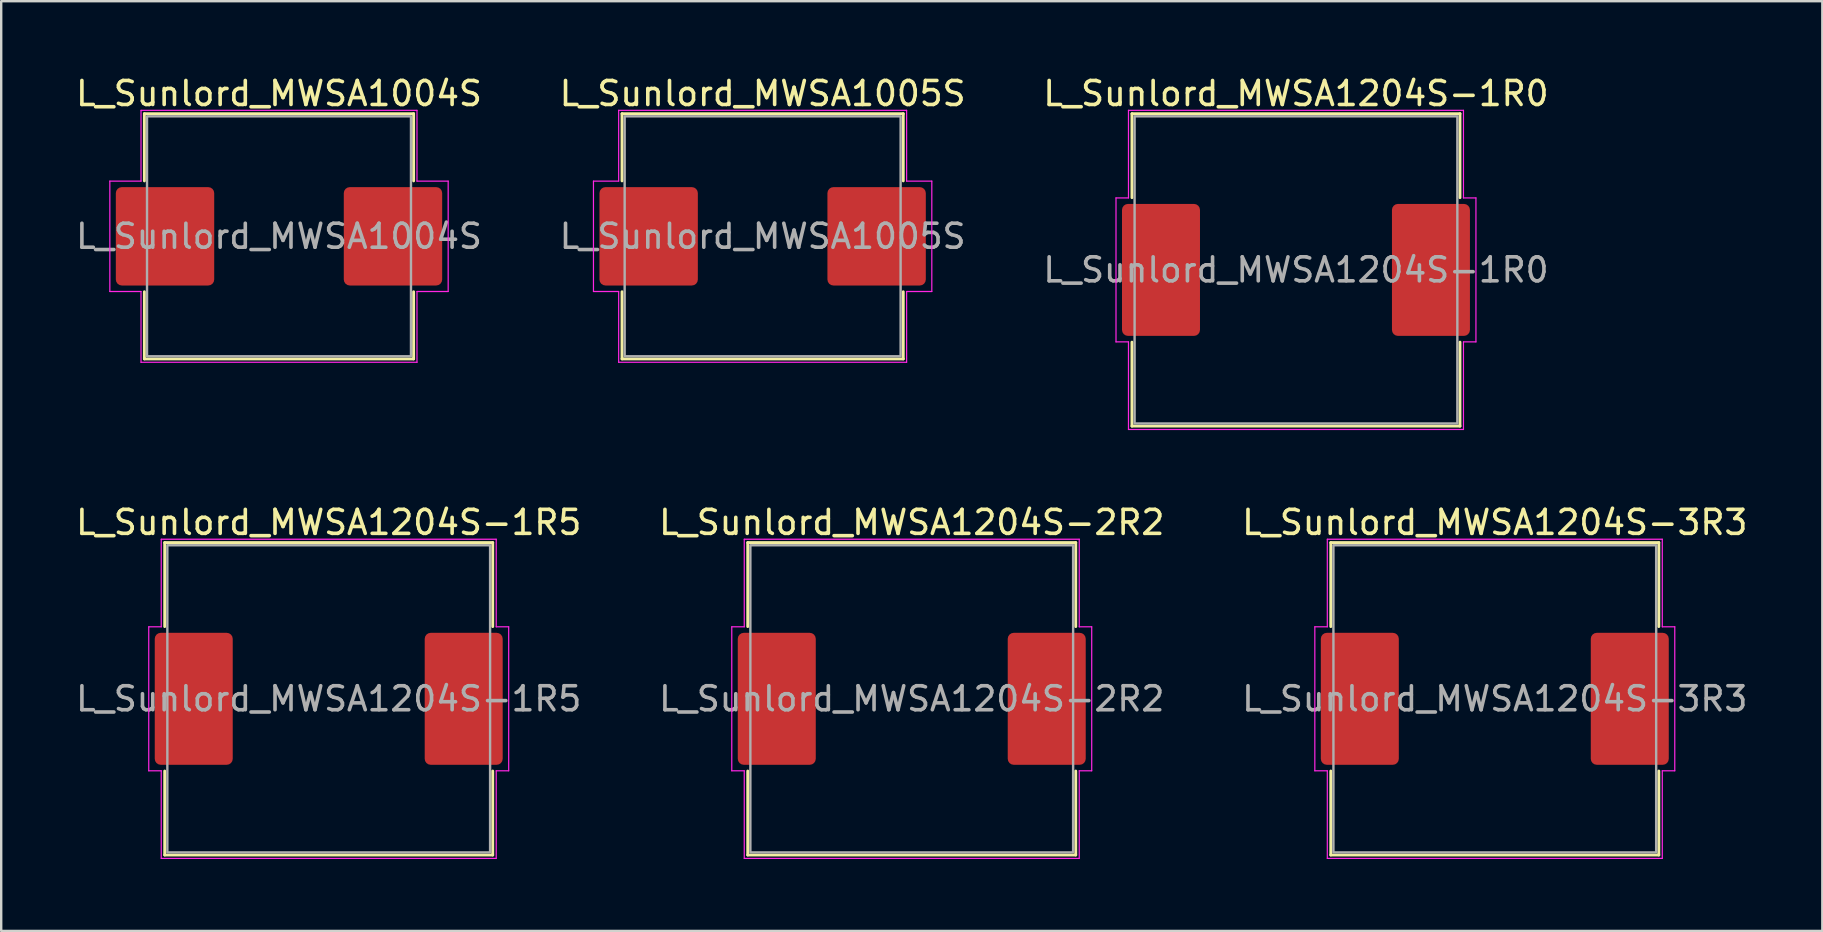
<source format=kicad_pcb>
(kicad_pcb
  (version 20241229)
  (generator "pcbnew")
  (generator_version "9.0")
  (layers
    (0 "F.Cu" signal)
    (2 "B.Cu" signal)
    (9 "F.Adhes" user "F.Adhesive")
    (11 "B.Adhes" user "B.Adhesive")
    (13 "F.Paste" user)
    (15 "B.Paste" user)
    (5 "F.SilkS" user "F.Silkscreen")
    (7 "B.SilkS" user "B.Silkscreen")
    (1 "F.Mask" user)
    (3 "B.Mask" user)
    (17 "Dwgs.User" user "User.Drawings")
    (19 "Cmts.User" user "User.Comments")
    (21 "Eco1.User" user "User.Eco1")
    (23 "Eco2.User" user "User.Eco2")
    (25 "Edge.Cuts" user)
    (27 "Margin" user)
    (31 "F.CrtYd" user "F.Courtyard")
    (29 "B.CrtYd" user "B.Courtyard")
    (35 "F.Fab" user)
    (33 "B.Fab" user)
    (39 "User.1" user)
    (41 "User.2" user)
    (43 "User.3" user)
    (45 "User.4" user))
  (footprint "L_Sunlord_MWSA1204S-2R2"
    (layer "F.Cu")
    (at 34.946 26.072)
    (property "Reference" "L_Sunlord_MWSA1204S-2R2" (at 0 -7.35 0) (layer "F.SilkS") (effects (font (size 1 1) (thickness 0.15))))
    (attr smd)
    (fp_line (start -6.835 -6.51) (end 6.835 -6.51) (stroke (width 0.12) (type solid)) (layer "F.SilkS"))
    (fp_line (start -6.835 -3.01) (end -6.835 -6.51) (stroke (width 0.12) (type solid)) (layer "F.SilkS"))
    (fp_line (start -6.835 6.51) (end -6.835 3.01) (stroke (width 0.12) (type solid)) (layer "F.SilkS"))
    (fp_line (start 6.835 -6.51) (end 6.835 -3.01) (stroke (width 0.12) (type solid)) (layer "F.SilkS"))
    (fp_line (start 6.835 3.01) (end 6.835 6.51) (stroke (width 0.12) (type solid)) (layer "F.SilkS"))
    (fp_line (start 6.835 6.51) (end -6.835 6.51) (stroke (width 0.12) (type solid)) (layer "F.SilkS"))
    (fp_line (start -7.5 -3) (end -6.98 -3) (stroke (width 0.05) (type solid)) (layer "F.CrtYd"))
    (fp_line (start -7.5 3) (end -7.5 -3) (stroke (width 0.05) (type solid)) (layer "F.CrtYd"))
    (fp_line (start -6.98 -6.65) (end 6.98 -6.65) (stroke (width 0.05) (type solid)) (layer "F.CrtYd"))
    (fp_line (start -6.98 -3) (end -6.98 -6.65) (stroke (width 0.05) (type solid)) (layer "F.CrtYd"))
    (fp_line (start -6.98 3) (end -7.5 3) (stroke (width 0.05) (type solid)) (layer "F.CrtYd"))
    (fp_line (start -6.98 6.65) (end -6.98 3) (stroke (width 0.05) (type solid)) (layer "F.CrtYd"))
    (fp_line (start 6.98 -6.65) (end 6.98 -3) (stroke (width 0.05) (type solid)) (layer "F.CrtYd"))
    (fp_line (start 6.98 -3) (end 7.5 -3) (stroke (width 0.05) (type solid)) (layer "F.CrtYd"))
    (fp_line (start 6.98 3) (end 6.98 6.65) (stroke (width 0.05) (type solid)) (layer "F.CrtYd"))
    (fp_line (start 6.98 6.65) (end -6.98 6.65) (stroke (width 0.05) (type solid)) (layer "F.CrtYd"))
    (fp_line (start 7.5 -3) (end 7.5 3) (stroke (width 0.05) (type solid)) (layer "F.CrtYd"))
    (fp_line (start 7.5 3) (end 6.98 3) (stroke (width 0.05) (type solid)) (layer "F.CrtYd"))
    (fp_rect (start -6.725 -6.4) (end 6.725 6.4) (stroke (width 0.1) (type solid)) (fill no) (layer "F.Fab"))
    (fp_text user "${REFERENCE}" (at 0 0 0) (layer "F.Fab") (effects (font (size 1 1) (thickness 0.15))))
    (pad "1" smd roundrect (at -5.625 0) (size 3.25 5.5) (layers "F.Cu" "F.Mask" "F.Paste") (roundrect_rratio 0.077))
    (pad "2" smd roundrect (at 5.625 0) (size 3.25 5.5) (layers "F.Cu" "F.Mask" "F.Paste") (roundrect_rratio 0.077)))
  (footprint "L_Sunlord_MWSA1005S"
    (layer "F.Cu")
    (at 28.732 6.798)
    (property "Reference" "L_Sunlord_MWSA1005S" (at 0 -5.95 0) (layer "F.SilkS") (effects (font (size 1 1) (thickness 0.15))))
    (attr smd)
    (fp_line (start -5.86 -5.11) (end 5.86 -5.11) (stroke (width 0.12) (type solid)) (layer "F.SilkS"))
    (fp_line (start -5.86 -2.31) (end -5.86 -5.11) (stroke (width 0.12) (type solid)) (layer "F.SilkS"))
    (fp_line (start -5.86 5.11) (end -5.86 2.31) (stroke (width 0.12) (type solid)) (layer "F.SilkS"))
    (fp_line (start 5.86 -5.11) (end 5.86 -2.31) (stroke (width 0.12) (type solid)) (layer "F.SilkS"))
    (fp_line (start 5.86 2.31) (end 5.86 5.11) (stroke (width 0.12) (type solid)) (layer "F.SilkS"))
    (fp_line (start 5.86 5.11) (end -5.86 5.11) (stroke (width 0.12) (type solid)) (layer "F.SilkS"))
    (fp_line (start -7.05 -2.3) (end -6 -2.3) (stroke (width 0.05) (type solid)) (layer "F.CrtYd"))
    (fp_line (start -7.05 2.3) (end -7.05 -2.3) (stroke (width 0.05) (type solid)) (layer "F.CrtYd"))
    (fp_line (start -6 -5.25) (end 6 -5.25) (stroke (width 0.05) (type solid)) (layer "F.CrtYd"))
    (fp_line (start -6 -2.3) (end -6 -5.25) (stroke (width 0.05) (type solid)) (layer "F.CrtYd"))
    (fp_line (start -6 2.3) (end -7.05 2.3) (stroke (width 0.05) (type solid)) (layer "F.CrtYd"))
    (fp_line (start -6 5.25) (end -6 2.3) (stroke (width 0.05) (type solid)) (layer "F.CrtYd"))
    (fp_line (start 6 -5.25) (end 6 -2.3) (stroke (width 0.05) (type solid)) (layer "F.CrtYd"))
    (fp_line (start 6 -2.3) (end 7.05 -2.3) (stroke (width 0.05) (type solid)) (layer "F.CrtYd"))
    (fp_line (start 6 2.3) (end 6 5.25) (stroke (width 0.05) (type solid)) (layer "F.CrtYd"))
    (fp_line (start 6 5.25) (end -6 5.25) (stroke (width 0.05) (type solid)) (layer "F.CrtYd"))
    (fp_line (start 7.05 -2.3) (end 7.05 2.3) (stroke (width 0.05) (type solid)) (layer "F.CrtYd"))
    (fp_line (start 7.05 2.3) (end 6 2.3) (stroke (width 0.05) (type solid)) (layer "F.CrtYd"))
    (fp_rect (start -5.75 -5) (end 5.75 5) (stroke (width 0.1) (type solid)) (fill no) (layer "F.Fab"))
    (fp_text user "${REFERENCE}" (at 0 0 0) (layer "F.Fab") (effects (font (size 1 1) (thickness 0.15))))
    (pad "1" smd roundrect (at -4.75 0) (size 4.1 4.1) (layers "F.Cu" "F.Mask" "F.Paste") (roundrect_rratio 0.061))
    (pad "2" smd roundrect (at 4.75 0) (size 4.1 4.1) (layers "F.Cu" "F.Mask" "F.Paste") (roundrect_rratio 0.061)))
  (footprint "L_Sunlord_MWSA1204S-1R5"
    (layer "F.Cu")
    (at 10.649 26.072)
    (property "Reference" "L_Sunlord_MWSA1204S-1R5" (at 0 -7.35 0) (layer "F.SilkS") (effects (font (size 1 1) (thickness 0.15))))
    (attr smd)
    (fp_line (start -6.835 -6.51) (end 6.835 -6.51) (stroke (width 0.12) (type solid)) (layer "F.SilkS"))
    (fp_line (start -6.835 -3.01) (end -6.835 -6.51) (stroke (width 0.12) (type solid)) (layer "F.SilkS"))
    (fp_line (start -6.835 6.51) (end -6.835 3.01) (stroke (width 0.12) (type solid)) (layer "F.SilkS"))
    (fp_line (start 6.835 -6.51) (end 6.835 -3.01) (stroke (width 0.12) (type solid)) (layer "F.SilkS"))
    (fp_line (start 6.835 3.01) (end 6.835 6.51) (stroke (width 0.12) (type solid)) (layer "F.SilkS"))
    (fp_line (start 6.835 6.51) (end -6.835 6.51) (stroke (width 0.12) (type solid)) (layer "F.SilkS"))
    (fp_line (start -7.5 -3) (end -6.98 -3) (stroke (width 0.05) (type solid)) (layer "F.CrtYd"))
    (fp_line (start -7.5 3) (end -7.5 -3) (stroke (width 0.05) (type solid)) (layer "F.CrtYd"))
    (fp_line (start -6.98 -6.65) (end 6.98 -6.65) (stroke (width 0.05) (type solid)) (layer "F.CrtYd"))
    (fp_line (start -6.98 -3) (end -6.98 -6.65) (stroke (width 0.05) (type solid)) (layer "F.CrtYd"))
    (fp_line (start -6.98 3) (end -7.5 3) (stroke (width 0.05) (type solid)) (layer "F.CrtYd"))
    (fp_line (start -6.98 6.65) (end -6.98 3) (stroke (width 0.05) (type solid)) (layer "F.CrtYd"))
    (fp_line (start 6.98 -6.65) (end 6.98 -3) (stroke (width 0.05) (type solid)) (layer "F.CrtYd"))
    (fp_line (start 6.98 -3) (end 7.5 -3) (stroke (width 0.05) (type solid)) (layer "F.CrtYd"))
    (fp_line (start 6.98 3) (end 6.98 6.65) (stroke (width 0.05) (type solid)) (layer "F.CrtYd"))
    (fp_line (start 6.98 6.65) (end -6.98 6.65) (stroke (width 0.05) (type solid)) (layer "F.CrtYd"))
    (fp_line (start 7.5 -3) (end 7.5 3) (stroke (width 0.05) (type solid)) (layer "F.CrtYd"))
    (fp_line (start 7.5 3) (end 6.98 3) (stroke (width 0.05) (type solid)) (layer "F.CrtYd"))
    (fp_rect (start -6.725 -6.4) (end 6.725 6.4) (stroke (width 0.1) (type solid)) (fill no) (layer "F.Fab"))
    (fp_text user "${REFERENCE}" (at 0 0 0) (layer "F.Fab") (effects (font (size 1 1) (thickness 0.15))))
    (pad "1" smd roundrect (at -5.625 0) (size 3.25 5.5) (layers "F.Cu" "F.Mask" "F.Paste") (roundrect_rratio 0.077))
    (pad "2" smd roundrect (at 5.625 0) (size 3.25 5.5) (layers "F.Cu" "F.Mask" "F.Paste") (roundrect_rratio 0.077)))
  (footprint "L_Sunlord_MWSA1004S"
    (layer "F.Cu")
    (at 8.577 6.798)
    (property "Reference" "L_Sunlord_MWSA1004S" (at 0 -5.95 0) (layer "F.SilkS") (effects (font (size 1 1) (thickness 0.15))))
    (attr smd)
    (fp_line (start -5.61 -5.11) (end 5.61 -5.11) (stroke (width 0.12) (type solid)) (layer "F.SilkS"))
    (fp_line (start -5.61 -2.31) (end -5.61 -5.11) (stroke (width 0.12) (type solid)) (layer "F.SilkS"))
    (fp_line (start -5.61 5.11) (end -5.61 2.31) (stroke (width 0.12) (type solid)) (layer "F.SilkS"))
    (fp_line (start 5.61 -5.11) (end 5.61 -2.31) (stroke (width 0.12) (type solid)) (layer "F.SilkS"))
    (fp_line (start 5.61 2.31) (end 5.61 5.11) (stroke (width 0.12) (type solid)) (layer "F.SilkS"))
    (fp_line (start 5.61 5.11) (end -5.61 5.11) (stroke (width 0.12) (type solid)) (layer "F.SilkS"))
    (fp_line (start -7.05 -2.3) (end -5.75 -2.3) (stroke (width 0.05) (type solid)) (layer "F.CrtYd"))
    (fp_line (start -7.05 2.3) (end -7.05 -2.3) (stroke (width 0.05) (type solid)) (layer "F.CrtYd"))
    (fp_line (start -5.75 -5.25) (end 5.75 -5.25) (stroke (width 0.05) (type solid)) (layer "F.CrtYd"))
    (fp_line (start -5.75 -2.3) (end -5.75 -5.25) (stroke (width 0.05) (type solid)) (layer "F.CrtYd"))
    (fp_line (start -5.75 2.3) (end -7.05 2.3) (stroke (width 0.05) (type solid)) (layer "F.CrtYd"))
    (fp_line (start -5.75 5.25) (end -5.75 2.3) (stroke (width 0.05) (type solid)) (layer "F.CrtYd"))
    (fp_line (start 5.75 -5.25) (end 5.75 -2.3) (stroke (width 0.05) (type solid)) (layer "F.CrtYd"))
    (fp_line (start 5.75 -2.3) (end 7.05 -2.3) (stroke (width 0.05) (type solid)) (layer "F.CrtYd"))
    (fp_line (start 5.75 2.3) (end 5.75 5.25) (stroke (width 0.05) (type solid)) (layer "F.CrtYd"))
    (fp_line (start 5.75 5.25) (end -5.75 5.25) (stroke (width 0.05) (type solid)) (layer "F.CrtYd"))
    (fp_line (start 7.05 -2.3) (end 7.05 2.3) (stroke (width 0.05) (type solid)) (layer "F.CrtYd"))
    (fp_line (start 7.05 2.3) (end 5.75 2.3) (stroke (width 0.05) (type solid)) (layer "F.CrtYd"))
    (fp_rect (start -5.5 -5) (end 5.5 5) (stroke (width 0.1) (type solid)) (fill no) (layer "F.Fab"))
    (fp_text user "${REFERENCE}" (at 0 0 0) (layer "F.Fab") (effects (font (size 1 1) (thickness 0.15))))
    (pad "1" smd roundrect (at -4.75 0) (size 4.1 4.1) (layers "F.Cu" "F.Mask" "F.Paste") (roundrect_rratio 0.061))
    (pad "2" smd roundrect (at 4.75 0) (size 4.1 4.1) (layers "F.Cu" "F.Mask" "F.Paste") (roundrect_rratio 0.061)))
  (footprint "L_Sunlord_MWSA1204S-1R0"
    (layer "F.Cu")
    (at 50.958 8.198)
    (property "Reference" "L_Sunlord_MWSA1204S-1R0" (at 0 -7.35 0) (layer "F.SilkS") (effects (font (size 1 1) (thickness 0.15))))
    (attr smd)
    (fp_line (start -6.835 -6.51) (end 6.835 -6.51) (stroke (width 0.12) (type solid)) (layer "F.SilkS"))
    (fp_line (start -6.835 -3.01) (end -6.835 -6.51) (stroke (width 0.12) (type solid)) (layer "F.SilkS"))
    (fp_line (start -6.835 6.51) (end -6.835 3.01) (stroke (width 0.12) (type solid)) (layer "F.SilkS"))
    (fp_line (start 6.835 -6.51) (end 6.835 -3.01) (stroke (width 0.12) (type solid)) (layer "F.SilkS"))
    (fp_line (start 6.835 3.01) (end 6.835 6.51) (stroke (width 0.12) (type solid)) (layer "F.SilkS"))
    (fp_line (start 6.835 6.51) (end -6.835 6.51) (stroke (width 0.12) (type solid)) (layer "F.SilkS"))
    (fp_line (start -7.5 -3) (end -6.98 -3) (stroke (width 0.05) (type solid)) (layer "F.CrtYd"))
    (fp_line (start -7.5 3) (end -7.5 -3) (stroke (width 0.05) (type solid)) (layer "F.CrtYd"))
    (fp_line (start -6.98 -6.65) (end 6.98 -6.65) (stroke (width 0.05) (type solid)) (layer "F.CrtYd"))
    (fp_line (start -6.98 -3) (end -6.98 -6.65) (stroke (width 0.05) (type solid)) (layer "F.CrtYd"))
    (fp_line (start -6.98 3) (end -7.5 3) (stroke (width 0.05) (type solid)) (layer "F.CrtYd"))
    (fp_line (start -6.98 6.65) (end -6.98 3) (stroke (width 0.05) (type solid)) (layer "F.CrtYd"))
    (fp_line (start 6.98 -6.65) (end 6.98 -3) (stroke (width 0.05) (type solid)) (layer "F.CrtYd"))
    (fp_line (start 6.98 -3) (end 7.5 -3) (stroke (width 0.05) (type solid)) (layer "F.CrtYd"))
    (fp_line (start 6.98 3) (end 6.98 6.65) (stroke (width 0.05) (type solid)) (layer "F.CrtYd"))
    (fp_line (start 6.98 6.65) (end -6.98 6.65) (stroke (width 0.05) (type solid)) (layer "F.CrtYd"))
    (fp_line (start 7.5 -3) (end 7.5 3) (stroke (width 0.05) (type solid)) (layer "F.CrtYd"))
    (fp_line (start 7.5 3) (end 6.98 3) (stroke (width 0.05) (type solid)) (layer "F.CrtYd"))
    (fp_rect (start -6.725 -6.4) (end 6.725 6.4) (stroke (width 0.1) (type solid)) (fill no) (layer "F.Fab"))
    (fp_text user "${REFERENCE}" (at 0 0 0) (layer "F.Fab") (effects (font (size 1 1) (thickness 0.15))))
    (pad "1" smd roundrect (at -5.625 0) (size 3.25 5.5) (layers "F.Cu" "F.Mask" "F.Paste") (roundrect_rratio 0.077))
    (pad "2" smd roundrect (at 5.625 0) (size 3.25 5.5) (layers "F.Cu" "F.Mask" "F.Paste") (roundrect_rratio 0.077)))
  (footprint "L_Sunlord_MWSA1204S-3R3"
    (layer "F.Cu")
    (at 59.244 26.072)
    (property "Reference" "L_Sunlord_MWSA1204S-3R3" (at 0 -7.35 0) (layer "F.SilkS") (effects (font (size 1 1) (thickness 0.15))))
    (attr smd)
    (fp_line (start -6.835 -6.51) (end 6.835 -6.51) (stroke (width 0.12) (type solid)) (layer "F.SilkS"))
    (fp_line (start -6.835 -3.01) (end -6.835 -6.51) (stroke (width 0.12) (type solid)) (layer "F.SilkS"))
    (fp_line (start -6.835 6.51) (end -6.835 3.01) (stroke (width 0.12) (type solid)) (layer "F.SilkS"))
    (fp_line (start 6.835 -6.51) (end 6.835 -3.01) (stroke (width 0.12) (type solid)) (layer "F.SilkS"))
    (fp_line (start 6.835 3.01) (end 6.835 6.51) (stroke (width 0.12) (type solid)) (layer "F.SilkS"))
    (fp_line (start 6.835 6.51) (end -6.835 6.51) (stroke (width 0.12) (type solid)) (layer "F.SilkS"))
    (fp_line (start -7.5 -3) (end -6.98 -3) (stroke (width 0.05) (type solid)) (layer "F.CrtYd"))
    (fp_line (start -7.5 3) (end -7.5 -3) (stroke (width 0.05) (type solid)) (layer "F.CrtYd"))
    (fp_line (start -6.98 -6.65) (end 6.98 -6.65) (stroke (width 0.05) (type solid)) (layer "F.CrtYd"))
    (fp_line (start -6.98 -3) (end -6.98 -6.65) (stroke (width 0.05) (type solid)) (layer "F.CrtYd"))
    (fp_line (start -6.98 3) (end -7.5 3) (stroke (width 0.05) (type solid)) (layer "F.CrtYd"))
    (fp_line (start -6.98 6.65) (end -6.98 3) (stroke (width 0.05) (type solid)) (layer "F.CrtYd"))
    (fp_line (start 6.98 -6.65) (end 6.98 -3) (stroke (width 0.05) (type solid)) (layer "F.CrtYd"))
    (fp_line (start 6.98 -3) (end 7.5 -3) (stroke (width 0.05) (type solid)) (layer "F.CrtYd"))
    (fp_line (start 6.98 3) (end 6.98 6.65) (stroke (width 0.05) (type solid)) (layer "F.CrtYd"))
    (fp_line (start 6.98 6.65) (end -6.98 6.65) (stroke (width 0.05) (type solid)) (layer "F.CrtYd"))
    (fp_line (start 7.5 -3) (end 7.5 3) (stroke (width 0.05) (type solid)) (layer "F.CrtYd"))
    (fp_line (start 7.5 3) (end 6.98 3) (stroke (width 0.05) (type solid)) (layer "F.CrtYd"))
    (fp_rect (start -6.725 -6.4) (end 6.725 6.4) (stroke (width 0.1) (type solid)) (fill no) (layer "F.Fab"))
    (fp_text user "${REFERENCE}" (at 0 0 0) (layer "F.Fab") (effects (font (size 1 1) (thickness 0.15))))
    (pad "1" smd roundrect (at -5.625 0) (size 3.25 5.5) (layers "F.Cu" "F.Mask" "F.Paste") (roundrect_rratio 0.077))
    (pad "2" smd roundrect (at 5.625 0) (size 3.25 5.5) (layers "F.Cu" "F.Mask" "F.Paste") (roundrect_rratio 0.077)))
  (gr_rect
    (start -3 -3)
    (end 72.893 35.746)
    (stroke (width 0.1) (type default))
    (fill no)
    (layer "Edge.Cuts")))
</source>
